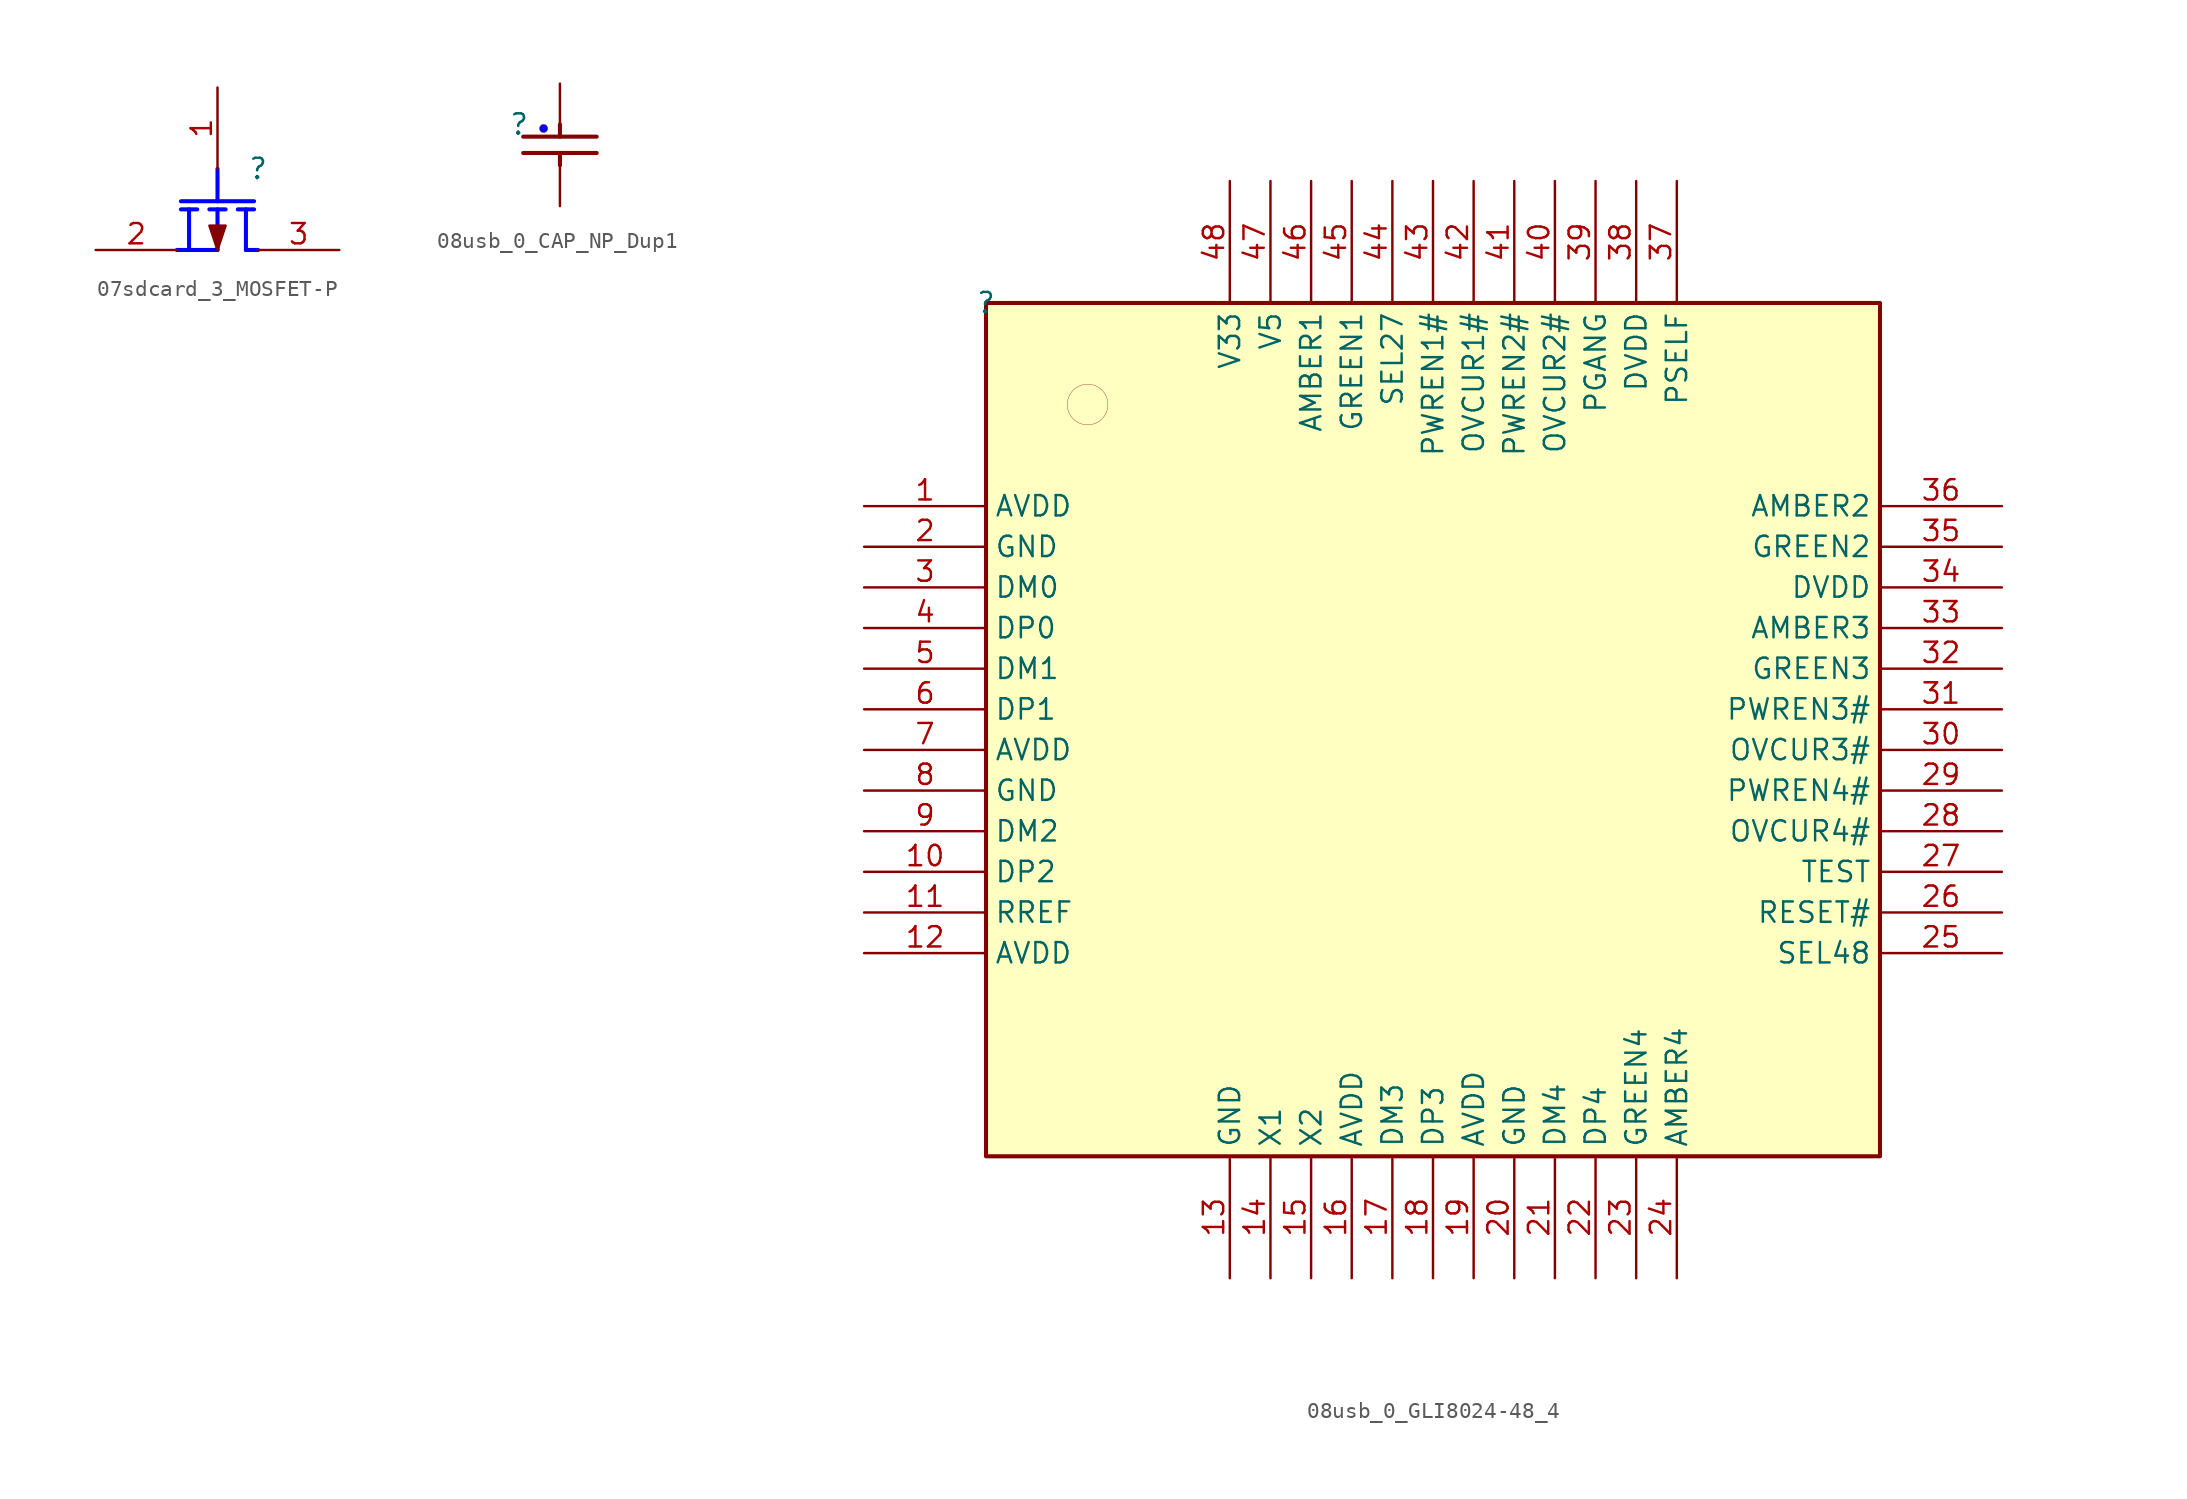
<source format=kicad_sym>
(kicad_symbol_lib
  (version 20220914)
  (generator kicad_symbol_editor)
  (symbol "07sdcard_3_MOSFET-P"
    (property "Reference" ""
      (at 0 0 0)
      (effects (font (size 1.27 1.27))))
    (property "Value" ""
      (at 0 0 0)
      (effects (font (size 1.27 1.27))))
    (symbol "07sdcard_3_MOSFET-P_1_0"
      (polyline (pts (xy -4.826 -2.54) (xy -3.81 -2.54)) (stroke (width 0.254) (type solid) (color 0 0 255 1)) (fill (type none)))
      (polyline (pts (xy -4.318 -5.08) (xy -4.318 -2.54)) (stroke (width 0.254) (type solid) (color 0 0 255 1)) (fill (type none)))
      (polyline (pts (xy -3.048 -2.54) (xy -2.032 -2.54)) (stroke (width 0.254) (type solid) (color 0 0 255 1)) (fill (type none)))
      (polyline (pts (xy -2.54 -5.08) (xy -5.08 -5.08)) (stroke (width 0.254) (type solid) (color 0 0 255 1)) (fill (type none)))
      (polyline (pts (xy -2.54 -5.08) (xy -2.54 -2.54)) (stroke (width 0.254) (type solid) (color 0 0 255 1)) (fill (type none)))
      (polyline (pts (xy -2.54 0) (xy -2.54 -2.032)) (stroke (width 0.254) (type solid) (color 0 0 255 1)) (fill (type none)))
      (polyline (pts (xy -1.27 -2.54) (xy -0.254 -2.54)) (stroke (width 0.254) (type solid) (color 0 0 255 1)) (fill (type none)))
      (polyline (pts (xy -0.762 -5.08) (xy -0.762 -2.54)) (stroke (width 0.254) (type solid) (color 0 0 255 1)) (fill (type none)))
      (polyline (pts (xy -0.762 -5.08) (xy 0 -5.08)) (stroke (width 0.254) (type solid) (color 0 0 255 1)) (fill (type none)))
      (polyline (pts (xy -0.254 -2.032) (xy -4.826 -2.032)) (stroke (width 0.254) (type solid) (color 0 0 255 1)) (fill (type none)))
      (polyline (pts (xy -2.54 -5.08) (xy -2.032 -3.556) (xy -3.048 -3.556) (xy -2.54 -5.08)) (stroke (width 0) (type solid)) (fill (type outline)))
      (pin passive line (at -2.54 5.08 270) (length 5.08) (name "G" (effects (font (size 0 0)))) (number "1" (effects (font (size 1.27 1.27)))))
      (pin passive line (at -10.16 -5.08 0) (length 5.08) (name "S" (effects (font (size 0 0)))) (number "2" (effects (font (size 1.27 1.27)))))
      (pin passive line (at 5.08 -5.08 180) (length 5.08) (name "D" (effects (font (size 0 0)))) (number "3" (effects (font (size 1.27 1.27)))))))
  (symbol "08usb_0_CAP_NP_Dup1"
    (property "Reference" ""
      (at 0 0 0)
      (effects (font (size 1.27 1.27))))
    (property "Value" ""
      (at 0 0 0)
      (effects (font (size 1.27 1.27))))
    (symbol "08usb_0_CAP_NP_Dup1_1_0"
      (polyline (pts (xy 0.254 -1.778) (xy 4.826 -1.778)) (stroke (width 0.254) (type solid)) (fill (type none)))
      (polyline (pts (xy 0.254 -0.762) (xy 4.826 -0.762)) (stroke (width 0.254) (type solid)) (fill (type none)))
      (polyline (pts (xy 2.54 -2.54) (xy 2.54 -1.778)) (stroke (width 0.254) (type solid)) (fill (type none)))
      (polyline (pts (xy 2.54 0) (xy 2.54 -0.762)) (stroke (width 0.254) (type solid)) (fill (type none)))
      (circle (center 1.524 -0.254) (radius 0.254) (stroke (width 0.0001) (type solid)) (fill (type color) (color 0 0 255 1)))
      (pin passive line (at 2.54 2.54 270) (length 2.54) (name "1" (effects (font (size 0 0)))) (number "1" (effects (font (size 0 0)))))
      (pin passive line (at 2.54 -5.08 90) (length 2.54) (name "2" (effects (font (size 0 0)))) (number "2" (effects (font (size 0 0)))))))
  (symbol "08usb_0_GLI8024-48_4"
    (property "Reference" ""
      (at 0 0 0)
      (effects (font (size 1.27 1.27))))
    (property "Value" ""
      (at 0 0 0)
      (effects (font (size 1.27 1.27))))
    (symbol "08usb_0_GLI8024-48_4_1_0"
      (circle (center 6.35 -6.35) (radius 1.27) (stroke (width 0.0001) (type solid)) (fill (type none)))
      (rectangle (start 55.88 0) (end 0 -53.34) (stroke (width 0.254) (type solid)) (fill (type background)))
      (pin passive line (at -7.62 -12.7 0) (length 7.62) (name "AVDD" (effects (font (size 1.27 1.27)))) (number "1" (effects (font (size 1.27 1.27)))))
      (pin passive line (at -7.62 -35.56 0) (length 7.62) (name "DP2" (effects (font (size 1.27 1.27)))) (number "10" (effects (font (size 1.27 1.27)))))
      (pin passive line (at -7.62 -38.1 0) (length 7.62) (name "RREF" (effects (font (size 1.27 1.27)))) (number "11" (effects (font (size 1.27 1.27)))))
      (pin passive line (at -7.62 -40.64 0) (length 7.62) (name "AVDD" (effects (font (size 1.27 1.27)))) (number "12" (effects (font (size 1.27 1.27)))))
      (pin passive line (at 15.24 -60.96 90) (length 7.62) (name "GND" (effects (font (size 1.27 1.27)))) (number "13" (effects (font (size 1.27 1.27)))))
      (pin passive line (at 17.78 -60.96 90) (length 7.62) (name "X1" (effects (font (size 1.27 1.27)))) (number "14" (effects (font (size 1.27 1.27)))))
      (pin passive line (at 20.32 -60.96 90) (length 7.62) (name "X2" (effects (font (size 1.27 1.27)))) (number "15" (effects (font (size 1.27 1.27)))))
      (pin passive line (at 22.86 -60.96 90) (length 7.62) (name "AVDD" (effects (font (size 1.27 1.27)))) (number "16" (effects (font (size 1.27 1.27)))))
      (pin passive line (at 25.4 -60.96 90) (length 7.62) (name "DM3" (effects (font (size 1.27 1.27)))) (number "17" (effects (font (size 1.27 1.27)))))
      (pin passive line (at 27.94 -60.96 90) (length 7.62) (name "DP3" (effects (font (size 1.27 1.27)))) (number "18" (effects (font (size 1.27 1.27)))))
      (pin passive line (at 30.48 -60.96 90) (length 7.62) (name "AVDD" (effects (font (size 1.27 1.27)))) (number "19" (effects (font (size 1.27 1.27)))))
      (pin passive line (at -7.62 -15.24 0) (length 7.62) (name "GND" (effects (font (size 1.27 1.27)))) (number "2" (effects (font (size 1.27 1.27)))))
      (pin passive line (at 33.02 -60.96 90) (length 7.62) (name "GND" (effects (font (size 1.27 1.27)))) (number "20" (effects (font (size 1.27 1.27)))))
      (pin passive line (at 35.56 -60.96 90) (length 7.62) (name "DM4" (effects (font (size 1.27 1.27)))) (number "21" (effects (font (size 1.27 1.27)))))
      (pin passive line (at 38.1 -60.96 90) (length 7.62) (name "DP4" (effects (font (size 1.27 1.27)))) (number "22" (effects (font (size 1.27 1.27)))))
      (pin passive line (at 40.64 -60.96 90) (length 7.62) (name "GREEN4" (effects (font (size 1.27 1.27)))) (number "23" (effects (font (size 1.27 1.27)))))
      (pin passive line (at 43.18 -60.96 90) (length 7.62) (name "AMBER4" (effects (font (size 1.27 1.27)))) (number "24" (effects (font (size 1.27 1.27)))))
      (pin passive line (at 63.5 -40.64 180) (length 7.62) (name "SEL48" (effects (font (size 1.27 1.27)))) (number "25" (effects (font (size 1.27 1.27)))))
      (pin passive line (at 63.5 -38.1 180) (length 7.62) (name "RESET#" (effects (font (size 1.27 1.27)))) (number "26" (effects (font (size 1.27 1.27)))))
      (pin passive line (at 63.5 -35.56 180) (length 7.62) (name "TEST" (effects (font (size 1.27 1.27)))) (number "27" (effects (font (size 1.27 1.27)))))
      (pin passive line (at 63.5 -33.02 180) (length 7.62) (name "OVCUR4#" (effects (font (size 1.27 1.27)))) (number "28" (effects (font (size 1.27 1.27)))))
      (pin passive line (at 63.5 -30.48 180) (length 7.62) (name "PWREN4#" (effects (font (size 1.27 1.27)))) (number "29" (effects (font (size 1.27 1.27)))))
      (pin passive line (at -7.62 -17.78 0) (length 7.62) (name "DM0" (effects (font (size 1.27 1.27)))) (number "3" (effects (font (size 1.27 1.27)))))
      (pin passive line (at 63.5 -27.94 180) (length 7.62) (name "OVCUR3#" (effects (font (size 1.27 1.27)))) (number "30" (effects (font (size 1.27 1.27)))))
      (pin passive line (at 63.5 -25.4 180) (length 7.62) (name "PWREN3#" (effects (font (size 1.27 1.27)))) (number "31" (effects (font (size 1.27 1.27)))))
      (pin passive line (at 63.5 -22.86 180) (length 7.62) (name "GREEN3" (effects (font (size 1.27 1.27)))) (number "32" (effects (font (size 1.27 1.27)))))
      (pin passive line (at 63.5 -20.32 180) (length 7.62) (name "AMBER3" (effects (font (size 1.27 1.27)))) (number "33" (effects (font (size 1.27 1.27)))))
      (pin passive line (at 63.5 -17.78 180) (length 7.62) (name "DVDD" (effects (font (size 1.27 1.27)))) (number "34" (effects (font (size 1.27 1.27)))))
      (pin passive line (at 63.5 -15.24 180) (length 7.62) (name "GREEN2" (effects (font (size 1.27 1.27)))) (number "35" (effects (font (size 1.27 1.27)))))
      (pin passive line (at 63.5 -12.7 180) (length 7.62) (name "AMBER2" (effects (font (size 1.27 1.27)))) (number "36" (effects (font (size 1.27 1.27)))))
      (pin passive line (at 43.18 7.62 270) (length 7.62) (name "PSELF" (effects (font (size 1.27 1.27)))) (number "37" (effects (font (size 1.27 1.27)))))
      (pin passive line (at 40.64 7.62 270) (length 7.62) (name "DVDD" (effects (font (size 1.27 1.27)))) (number "38" (effects (font (size 1.27 1.27)))))
      (pin passive line (at 38.1 7.62 270) (length 7.62) (name "PGANG" (effects (font (size 1.27 1.27)))) (number "39" (effects (font (size 1.27 1.27)))))
      (pin passive line (at -7.62 -20.32 0) (length 7.62) (name "DP0" (effects (font (size 1.27 1.27)))) (number "4" (effects (font (size 1.27 1.27)))))
      (pin passive line (at 35.56 7.62 270) (length 7.62) (name "OVCUR2#" (effects (font (size 1.27 1.27)))) (number "40" (effects (font (size 1.27 1.27)))))
      (pin passive line (at 33.02 7.62 270) (length 7.62) (name "PWREN2#" (effects (font (size 1.27 1.27)))) (number "41" (effects (font (size 1.27 1.27)))))
      (pin passive line (at 30.48 7.62 270) (length 7.62) (name "OVCUR1#" (effects (font (size 1.27 1.27)))) (number "42" (effects (font (size 1.27 1.27)))))
      (pin passive line (at 27.94 7.62 270) (length 7.62) (name "PWREN1#" (effects (font (size 1.27 1.27)))) (number "43" (effects (font (size 1.27 1.27)))))
      (pin passive line (at 25.4 7.62 270) (length 7.62) (name "SEL27" (effects (font (size 1.27 1.27)))) (number "44" (effects (font (size 1.27 1.27)))))
      (pin passive line (at 22.86 7.62 270) (length 7.62) (name "GREEN1" (effects (font (size 1.27 1.27)))) (number "45" (effects (font (size 1.27 1.27)))))
      (pin passive line (at 20.32 7.62 270) (length 7.62) (name "AMBER1" (effects (font (size 1.27 1.27)))) (number "46" (effects (font (size 1.27 1.27)))))
      (pin passive line (at 17.78 7.62 270) (length 7.62) (name "V5" (effects (font (size 1.27 1.27)))) (number "47" (effects (font (size 1.27 1.27)))))
      (pin passive line (at 15.24 7.62 270) (length 7.62) (name "V33" (effects (font (size 1.27 1.27)))) (number "48" (effects (font (size 1.27 1.27)))))
      (pin passive line (at -7.62 -22.86 0) (length 7.62) (name "DM1" (effects (font (size 1.27 1.27)))) (number "5" (effects (font (size 1.27 1.27)))))
      (pin passive line (at -7.62 -25.4 0) (length 7.62) (name "DP1" (effects (font (size 1.27 1.27)))) (number "6" (effects (font (size 1.27 1.27)))))
      (pin passive line (at -7.62 -27.94 0) (length 7.62) (name "AVDD" (effects (font (size 1.27 1.27)))) (number "7" (effects (font (size 1.27 1.27)))))
      (pin passive line (at -7.62 -30.48 0) (length 7.62) (name "GND" (effects (font (size 1.27 1.27)))) (number "8" (effects (font (size 1.27 1.27)))))
      (pin passive line (at -7.62 -33.02 0) (length 7.62) (name "DM2" (effects (font (size 1.27 1.27)))) (number "9" (effects (font (size 1.27 1.27))))))))
</source>
